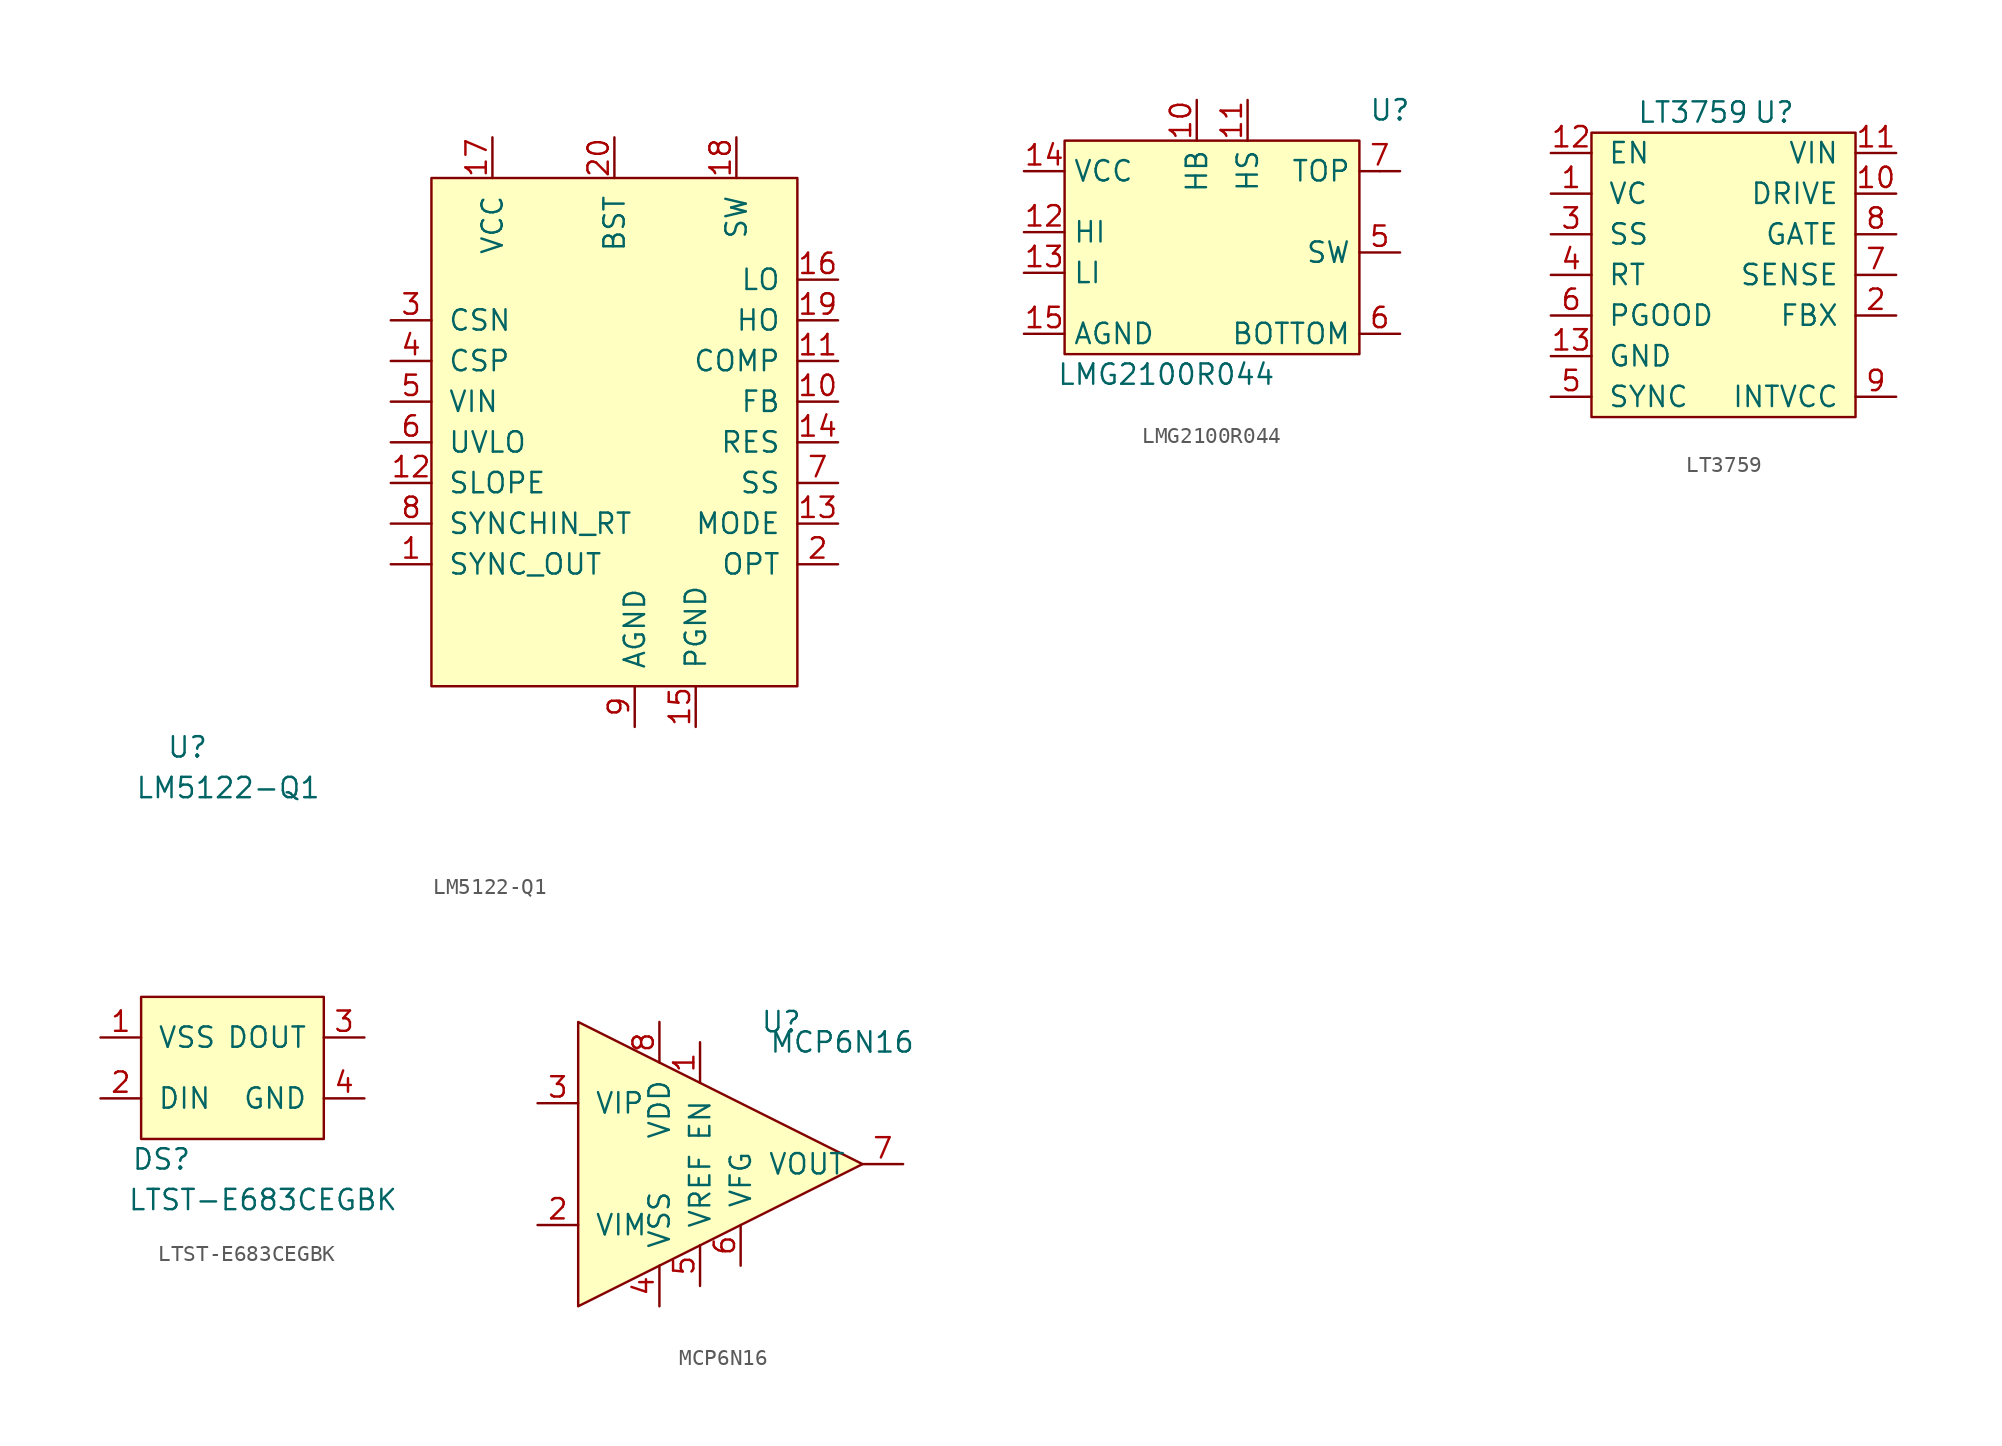
<source format=kicad_sym>
(kicad_symbol_lib
  (version 20220914)
  (generator kicad_symbol_editor)
  (symbol "LM5122-Q1"
    (pin_names
      (offset 1.016))
    (property "Reference" "U"
      (at -15.24 -3.81 0)
      (effects (font (size 1.27 1.27))))
    (property "Value" "LM5122-Q1"
      (at -12.7 -6.35 0)
      (effects (font (size 1.27 1.27))))
    (symbol "LM5122-Q1_0_1"
      (rectangle (start 0 0) (end 22.86 31.75) (stroke (width 0) (type solid)) (fill (type background))))
    (symbol "LM5122-Q1_1_1"
      (pin input line (at -2.54 7.62 0) (length 2.54) (name "SYNC_OUT" (effects (font (size 1.27 1.27)))) (number "1" (effects (font (size 1.27 1.27)))))
      (pin input line (at 25.4 17.78 180) (length 2.54) (name "FB" (effects (font (size 1.27 1.27)))) (number "10" (effects (font (size 1.27 1.27)))))
      (pin input line (at 25.4 20.32 180) (length 2.54) (name "COMP" (effects (font (size 1.27 1.27)))) (number "11" (effects (font (size 1.27 1.27)))))
      (pin input line (at -2.54 12.7 0) (length 2.54) (name "SLOPE" (effects (font (size 1.27 1.27)))) (number "12" (effects (font (size 1.27 1.27)))))
      (pin input line (at 25.4 10.16 180) (length 2.54) (name "MODE" (effects (font (size 1.27 1.27)))) (number "13" (effects (font (size 1.27 1.27)))))
      (pin input line (at 25.4 15.24 180) (length 2.54) (name "RES" (effects (font (size 1.27 1.27)))) (number "14" (effects (font (size 1.27 1.27)))))
      (pin power_in line (at 16.51 -2.54 90) (length 2.54) (name "PGND" (effects (font (size 1.27 1.27)))) (number "15" (effects (font (size 1.27 1.27)))))
      (pin input line (at 25.4 25.4 180) (length 2.54) (name "LO" (effects (font (size 1.27 1.27)))) (number "16" (effects (font (size 1.27 1.27)))))
      (pin power_in line (at 3.81 34.29 270) (length 2.54) (name "VCC" (effects (font (size 1.27 1.27)))) (number "17" (effects (font (size 1.27 1.27)))))
      (pin power_in line (at 19.05 34.29 270) (length 2.54) (name "SW" (effects (font (size 1.27 1.27)))) (number "18" (effects (font (size 1.27 1.27)))))
      (pin input line (at 25.4 22.86 180) (length 2.54) (name "HO" (effects (font (size 1.27 1.27)))) (number "19" (effects (font (size 1.27 1.27)))))
      (pin input line (at 25.4 7.62 180) (length 2.54) (name "OPT" (effects (font (size 1.27 1.27)))) (number "2" (effects (font (size 1.27 1.27)))))
      (pin power_in line (at 11.43 34.29 270) (length 2.54) (name "BST" (effects (font (size 1.27 1.27)))) (number "20" (effects (font (size 1.27 1.27)))))
      (pin input line (at -2.54 22.86 0) (length 2.54) (name "CSN" (effects (font (size 1.27 1.27)))) (number "3" (effects (font (size 1.27 1.27)))))
      (pin input line (at -2.54 20.32 0) (length 2.54) (name "CSP" (effects (font (size 1.27 1.27)))) (number "4" (effects (font (size 1.27 1.27)))))
      (pin input line (at -2.54 17.78 0) (length 2.54) (name "VIN" (effects (font (size 1.27 1.27)))) (number "5" (effects (font (size 1.27 1.27)))))
      (pin input line (at -2.54 15.24 0) (length 2.54) (name "UVLO" (effects (font (size 1.27 1.27)))) (number "6" (effects (font (size 1.27 1.27)))))
      (pin input line (at 25.4 12.7 180) (length 2.54) (name "SS" (effects (font (size 1.27 1.27)))) (number "7" (effects (font (size 1.27 1.27)))))
      (pin input line (at -2.54 10.16 0) (length 2.54) (name "SYNCHIN_RT" (effects (font (size 1.27 1.27)))) (number "8" (effects (font (size 1.27 1.27)))))
      (pin input line (at 12.7 -2.54 90) (length 2.54) (name "AGND" (effects (font (size 1.27 1.27)))) (number "9" (effects (font (size 1.27 1.27)))))))
  (symbol "LMG2100R044"
    (property "Reference" "U"
      (at 20.32 15.24 0)
      (effects (font (size 1.27 1.27))))
    (property "Value" "LMG2100R044"
      (at 6.35 -1.27 0)
      (effects (font (size 1.27 1.27))))
    (symbol "LMG2100R044_0_1"
      (polyline (pts (xy 19.685 11.43) (xy 19.685 11.43)) (stroke (width 0) (type default)) (fill (type none))))
    (symbol "LMG2100R044_1_1"
      (rectangle (start 0 13.335) (end 18.415 0) (stroke (width 0) (type default)) (fill (type background)))
      (pin no_connect line (at 18.415 -1.905 180) (length 2.54) hide (name "" (effects (font (size 1.27 1.27)))) (number "1" (effects (font (size 1.27 1.27)))))
      (pin input line (at 8.255 15.875 270) (length 2.54) (name "HB" (effects (font (size 1.27 1.27)))) (number "10" (effects (font (size 1.27 1.27)))))
      (pin input line (at 11.43 15.875 270) (length 2.54) (name "HS" (effects (font (size 1.27 1.27)))) (number "11" (effects (font (size 1.27 1.27)))))
      (pin input line (at -2.54 7.62 0) (length 2.54) (name "HI" (effects (font (size 1.27 1.27)))) (number "12" (effects (font (size 1.27 1.27)))))
      (pin input line (at -2.54 5.08 0) (length 2.54) (name "LI" (effects (font (size 1.27 1.27)))) (number "13" (effects (font (size 1.27 1.27)))))
      (pin input line (at -2.54 11.43 0) (length 2.54) (name "VCC" (effects (font (size 1.27 1.27)))) (number "14" (effects (font (size 1.27 1.27)))))
      (pin input line (at -2.54 1.27 0) (length 2.54) (name "AGND" (effects (font (size 1.27 1.27)))) (number "15" (effects (font (size 1.27 1.27)))))
      (pin no_connect line (at 18.415 -1.905 180) (length 2.54) hide (name "" (effects (font (size 1.27 1.27)))) (number "16" (effects (font (size 1.27 1.27)))))
      (pin no_connect line (at 18.415 -1.905 180) (length 2.54) hide (name "" (effects (font (size 1.27 1.27)))) (number "2" (effects (font (size 1.27 1.27)))))
      (pin no_connect line (at 18.415 -1.905 180) (length 2.54) hide (name "" (effects (font (size 1.27 1.27)))) (number "3" (effects (font (size 1.27 1.27)))))
      (pin no_connect line (at 18.415 -1.905 180) (length 2.54) hide (name "" (effects (font (size 1.27 1.27)))) (number "4" (effects (font (size 1.27 1.27)))))
      (pin power_in line (at 20.955 6.35 180) (length 2.54) (name "SW" (effects (font (size 1.27 1.27)))) (number "5" (effects (font (size 1.27 1.27)))))
      (pin power_in line (at 20.955 1.27 180) (length 2.54) (name "BOTTOM" (effects (font (size 1.27 1.27)))) (number "6" (effects (font (size 1.27 1.27)))))
      (pin power_in line (at 20.955 11.43 180) (length 2.54) (name "TOP" (effects (font (size 1.27 1.27)))) (number "7" (effects (font (size 1.27 1.27)))))
      (pin no_connect line (at 18.415 -1.905 180) (length 2.54) hide (name "" (effects (font (size 1.27 1.27)))) (number "8" (effects (font (size 1.27 1.27)))))
      (pin no_connect line (at 18.415 -1.905 180) (length 2.54) hide (name "" (effects (font (size 1.27 1.27)))) (number "9" (effects (font (size 1.27 1.27)))))))
  (symbol "LT3759"
    (pin_names
      (offset 1.016))
    (property "Reference" "U"
      (at 11.43 19.05 0)
      (effects (font (size 1.27 1.27))))
    (property "Value" "LT3759"
      (at 6.35 19.05 0)
      (effects (font (size 1.27 1.27))))
    (symbol "LT3759_0_1"
      (rectangle (start 0 0) (end 16.51 17.78) (stroke (width 0) (type solid)) (fill (type background))))
    (symbol "LT3759_1_1"
      (pin input line (at -2.54 13.97 0) (length 2.54) (name "VC" (effects (font (size 1.27 1.27)))) (number "1" (effects (font (size 1.27 1.27)))))
      (pin input line (at 19.05 13.97 180) (length 2.54) (name "DRIVE" (effects (font (size 1.27 1.27)))) (number "10" (effects (font (size 1.27 1.27)))))
      (pin input line (at 19.05 16.51 180) (length 2.54) (name "VIN" (effects (font (size 1.27 1.27)))) (number "11" (effects (font (size 1.27 1.27)))))
      (pin input line (at -2.54 16.51 0) (length 2.54) (name "EN" (effects (font (size 1.27 1.27)))) (number "12" (effects (font (size 1.27 1.27)))))
      (pin input line (at -2.54 3.81 0) (length 2.54) (name "GND" (effects (font (size 1.27 1.27)))) (number "13" (effects (font (size 1.27 1.27)))))
      (pin input line (at 19.05 6.35 180) (length 2.54) (name "FBX" (effects (font (size 1.27 1.27)))) (number "2" (effects (font (size 1.27 1.27)))))
      (pin input line (at -2.54 11.43 0) (length 2.54) (name "SS" (effects (font (size 1.27 1.27)))) (number "3" (effects (font (size 1.27 1.27)))))
      (pin input line (at -2.54 8.89 0) (length 2.54) (name "RT" (effects (font (size 1.27 1.27)))) (number "4" (effects (font (size 1.27 1.27)))))
      (pin input line (at -2.54 1.27 0) (length 2.54) (name "SYNC" (effects (font (size 1.27 1.27)))) (number "5" (effects (font (size 1.27 1.27)))))
      (pin input line (at -2.54 6.35 0) (length 2.54) (name "PGOOD" (effects (font (size 1.27 1.27)))) (number "6" (effects (font (size 1.27 1.27)))))
      (pin input line (at 19.05 8.89 180) (length 2.54) (name "SENSE" (effects (font (size 1.27 1.27)))) (number "7" (effects (font (size 1.27 1.27)))))
      (pin input line (at 19.05 11.43 180) (length 2.54) (name "GATE" (effects (font (size 1.27 1.27)))) (number "8" (effects (font (size 1.27 1.27)))))
      (pin input line (at 19.05 1.27 180) (length 2.54) (name "INTVCC" (effects (font (size 1.27 1.27)))) (number "9" (effects (font (size 1.27 1.27)))))))
  (symbol "LTST-E683CEGBK"
    (pin_names
      (offset 1.016))
    (property "Reference" "DS"
      (at 1.27 -1.27 0)
      (effects (font (size 1.27 1.27))))
    (property "Value" "LTST-E683CEGBK"
      (at 7.62 -3.81 0)
      (effects (font (size 1.27 1.27))))
    (symbol "LTST-E683CEGBK_0_1"
      (rectangle (start 0 0) (end 11.43 8.89) (stroke (width 0) (type solid)) (fill (type background))))
    (symbol "LTST-E683CEGBK_1_1"
      (pin input line (at -2.54 6.35 0) (length 2.54) (name "VSS" (effects (font (size 1.27 1.27)))) (number "1" (effects (font (size 1.27 1.27)))))
      (pin input line (at -2.54 2.54 0) (length 2.54) (name "DIN" (effects (font (size 1.27 1.27)))) (number "2" (effects (font (size 1.27 1.27)))))
      (pin input line (at 13.97 6.35 180) (length 2.54) (name "DOUT" (effects (font (size 1.27 1.27)))) (number "3" (effects (font (size 1.27 1.27)))))
      (pin input line (at 13.97 2.54 180) (length 2.54) (name "GND" (effects (font (size 1.27 1.27)))) (number "4" (effects (font (size 1.27 1.27)))))))
  (symbol "MCP6N16"
    (pin_names
      (offset 1.016))
    (property "Reference" "U"
      (at 12.7 17.78 0)
      (effects (font (size 1.27 1.27))))
    (property "Value" "MCP6N16"
      (at 16.51 16.51 0)
      (effects (font (size 1.27 1.27))))
    (symbol "MCP6N16_0_1"
      (polyline (pts (xy 0 0) (xy 0 17.78) (xy 17.78 8.89) (xy 0 0)) (stroke (width 0) (type solid)) (fill (type background))))
    (symbol "MCP6N16_1_1"
      (pin input line (at 7.62 16.51 270) (length 2.54) (name "EN" (effects (font (size 1.27 1.27)))) (number "1" (effects (font (size 1.27 1.27)))))
      (pin input line (at -2.54 5.08 0) (length 2.54) (name "VIM" (effects (font (size 1.27 1.27)))) (number "2" (effects (font (size 1.27 1.27)))))
      (pin input line (at -2.54 12.7 0) (length 2.54) (name "VIP" (effects (font (size 1.27 1.27)))) (number "3" (effects (font (size 1.27 1.27)))))
      (pin input line (at 5.08 0 90) (length 2.54) (name "VSS" (effects (font (size 1.27 1.27)))) (number "4" (effects (font (size 1.27 1.27)))))
      (pin input line (at 7.62 1.27 90) (length 2.54) (name "VREF" (effects (font (size 1.27 1.27)))) (number "5" (effects (font (size 1.27 1.27)))))
      (pin input line (at 10.16 2.54 90) (length 2.54) (name "VFG" (effects (font (size 1.27 1.27)))) (number "6" (effects (font (size 1.27 1.27)))))
      (pin input line (at 20.32 8.89 180) (length 2.54) (name "VOUT" (effects (font (size 1.27 1.27)))) (number "7" (effects (font (size 1.27 1.27)))))
      (pin input line (at 5.08 17.78 270) (length 2.54) (name "VDD" (effects (font (size 1.27 1.27)))) (number "8" (effects (font (size 1.27 1.27))))))))
</source>
